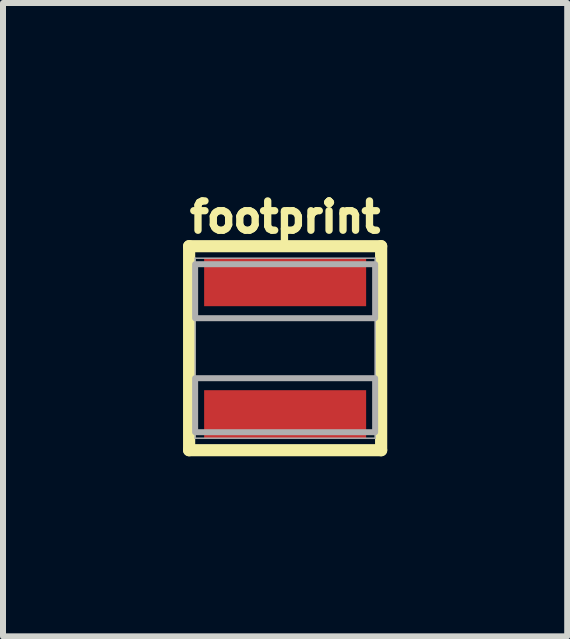
<source format=kicad_pcb>
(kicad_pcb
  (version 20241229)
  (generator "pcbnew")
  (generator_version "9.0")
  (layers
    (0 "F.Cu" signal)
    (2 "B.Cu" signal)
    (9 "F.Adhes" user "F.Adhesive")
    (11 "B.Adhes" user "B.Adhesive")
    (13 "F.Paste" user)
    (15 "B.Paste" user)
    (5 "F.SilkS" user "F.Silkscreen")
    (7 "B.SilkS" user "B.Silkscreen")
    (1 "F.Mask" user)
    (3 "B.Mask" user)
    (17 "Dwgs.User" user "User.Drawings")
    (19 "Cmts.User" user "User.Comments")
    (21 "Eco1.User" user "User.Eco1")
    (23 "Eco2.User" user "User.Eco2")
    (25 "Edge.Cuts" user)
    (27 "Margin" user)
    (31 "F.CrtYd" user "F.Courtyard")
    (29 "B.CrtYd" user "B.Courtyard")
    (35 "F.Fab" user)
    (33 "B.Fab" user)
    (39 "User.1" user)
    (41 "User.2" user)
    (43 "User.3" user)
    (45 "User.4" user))
  (footprint "footprint"
    (layer "F.Cu")
    (at 1.702 2.753)
    (property "Reference" "footprint" (at 0 -1.9 0) (layer "F.SilkS") (effects (font (size 0.488 0.488) (thickness 0.122)) (justify bottom)))
    (fp_line (start -1.6 -1.7) (end -1.6 1.7) (stroke (width 0.203) (type solid)) (layer "F.SilkS"))
    (fp_line (start -1.6 1.7) (end 1.6 1.7) (stroke (width 0.203) (type solid)) (layer "F.SilkS"))
    (fp_line (start 1.6 -1.7) (end -1.6 -1.7) (stroke (width 0.203) (type solid)) (layer "F.SilkS"))
    (fp_line (start 1.6 1.7) (end 1.6 -1.7) (stroke (width 0.203) (type solid)) (layer "F.SilkS"))
    (fp_line (start -1.5 -1.5) (end -1.5 1.5) (stroke (width 0.025) (type solid)) (layer "F.Fab"))
    (fp_line (start -1.5 1.5) (end 1.5 1.5) (stroke (width 0.025) (type solid)) (layer "F.Fab"))
    (fp_line (start 1.5 -1.5) (end -1.5 -1.5) (stroke (width 0.025) (type solid)) (layer "F.Fab"))
    (fp_line (start 1.5 1.5) (end 1.5 -1.5) (stroke (width 0.025) (type solid)) (layer "F.Fab"))
    (fp_poly (pts (xy -1.5 -0.5) (xy 1.5 -0.5) (xy 1.5 -1.4) (xy -1.5 -1.4)) (stroke (width 0.1) (type solid)) (fill no) (layer "F.Fab"))
    (fp_poly (pts (xy 1.5 0.5) (xy -1.5 0.5) (xy -1.5 1.4) (xy 1.5 1.4)) (stroke (width 0.1) (type solid)) (fill no) (layer "F.Fab"))
    (pad "P$1" smd rect (at 0 -1.1) (size 2.7 0.8) (layers "F.Cu" "F.Mask" "F.Paste"))
    (pad "P$2" smd rect (at 0 1.1 180) (size 2.7 0.8) (layers "F.Cu" "F.Mask" "F.Paste")))
  (gr_rect
    (start -3 -3)
    (end 6.403 7.555)
    (stroke (width 0.1) (type default))
    (fill no)
    (layer "Edge.Cuts")))
</source>
